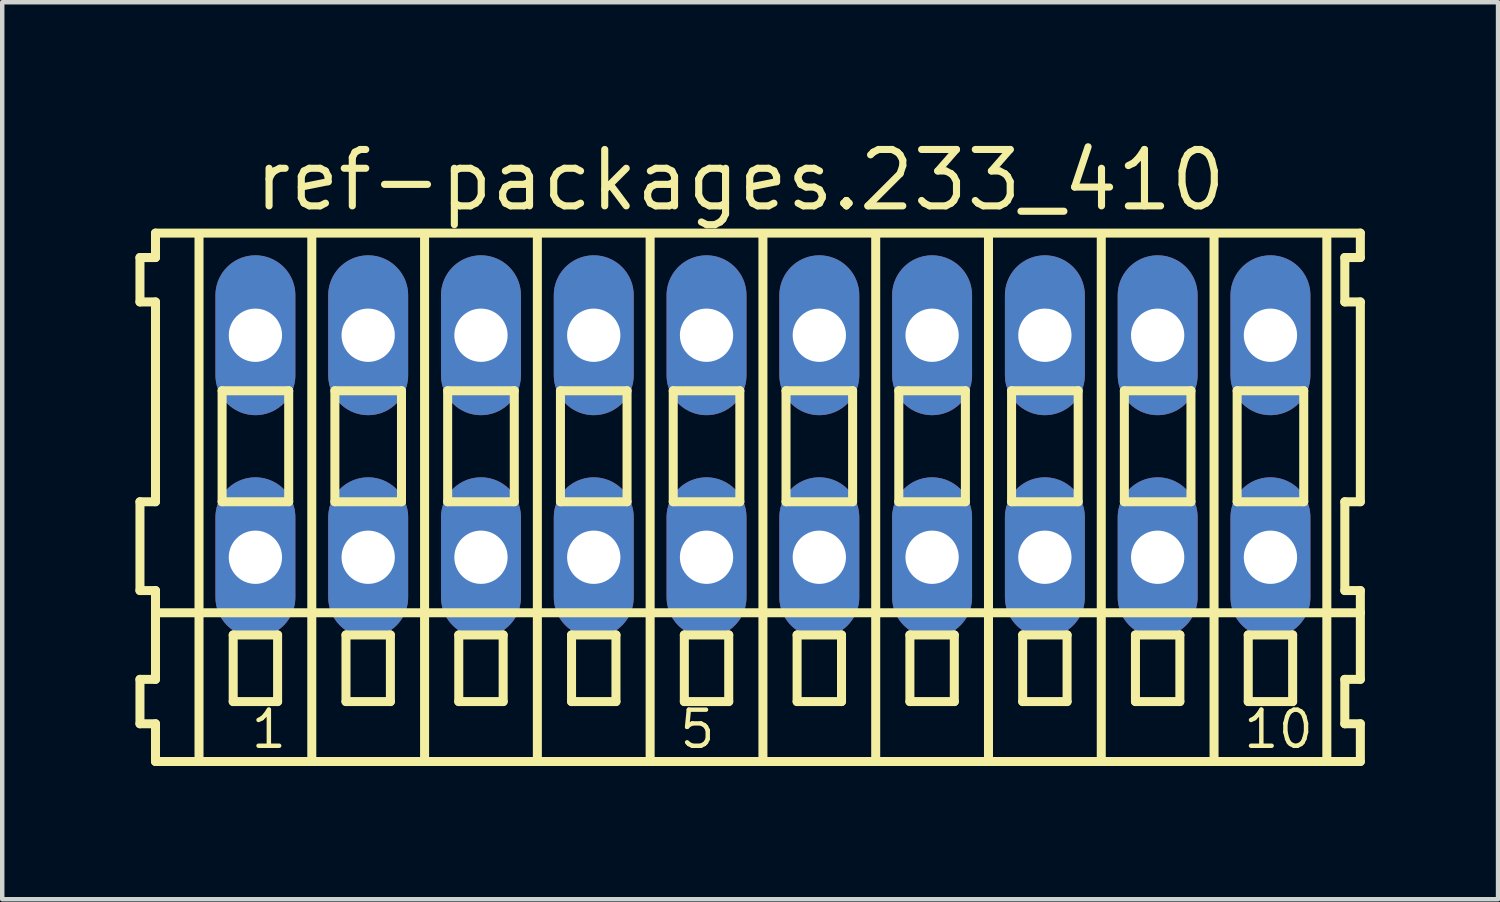
<source format=kicad_pcb>
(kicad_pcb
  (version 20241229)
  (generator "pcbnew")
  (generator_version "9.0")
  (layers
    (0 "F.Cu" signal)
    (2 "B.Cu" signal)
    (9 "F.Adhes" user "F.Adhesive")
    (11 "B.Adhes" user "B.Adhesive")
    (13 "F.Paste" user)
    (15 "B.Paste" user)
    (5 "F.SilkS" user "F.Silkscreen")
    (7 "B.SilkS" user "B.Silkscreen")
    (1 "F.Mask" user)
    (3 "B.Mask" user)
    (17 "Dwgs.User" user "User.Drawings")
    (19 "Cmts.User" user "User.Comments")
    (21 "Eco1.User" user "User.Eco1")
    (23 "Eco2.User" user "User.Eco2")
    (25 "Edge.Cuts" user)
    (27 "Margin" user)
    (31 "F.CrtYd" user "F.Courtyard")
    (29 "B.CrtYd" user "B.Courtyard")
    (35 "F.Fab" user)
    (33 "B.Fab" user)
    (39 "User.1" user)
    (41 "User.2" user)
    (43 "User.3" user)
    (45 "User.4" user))
  (footprint "ref-packages.233_410"
    (layer "F.Cu")
    (at 14.132 7)
    (property "Reference" "ref-packages.233_410" (at -11.53 -5.25 0) (layer "F.SilkS") (effects (font (size 1.27 1.27) (thickness 0.16)) (justify left bottom)))
    (attr through_hole)
    (fp_line (start -14.03 -4.25) (end -14.03 -3.25) (stroke (width 0.203) (type default)) (layer "F.SilkS"))
    (fp_line (start -14.03 -3.25) (end -13.68 -3.25) (stroke (width 0.203) (type default)) (layer "F.SilkS"))
    (fp_line (start -14.03 1.25) (end -14.03 3.25) (stroke (width 0.203) (type default)) (layer "F.SilkS"))
    (fp_line (start -14.03 3.25) (end -13.68 3.25) (stroke (width 0.203) (type default)) (layer "F.SilkS"))
    (fp_line (start -14.03 5.25) (end -14.03 6.25) (stroke (width 0.203) (type default)) (layer "F.SilkS"))
    (fp_line (start -14.03 6.25) (end -13.68 6.25) (stroke (width 0.203) (type default)) (layer "F.SilkS"))
    (fp_line (start -13.68 -4.8) (end -13.68 -4.25) (stroke (width 0.203) (type default)) (layer "F.SilkS"))
    (fp_line (start -13.68 -4.25) (end -14.03 -4.25) (stroke (width 0.203) (type default)) (layer "F.SilkS"))
    (fp_line (start -13.68 -3.25) (end -13.68 1.25) (stroke (width 0.203) (type default)) (layer "F.SilkS"))
    (fp_line (start -13.68 1.25) (end -14.03 1.25) (stroke (width 0.203) (type default)) (layer "F.SilkS"))
    (fp_line (start -13.68 3.25) (end -13.68 5.25) (stroke (width 0.203) (type default)) (layer "F.SilkS"))
    (fp_line (start -13.68 3.75) (end 13.455 3.75) (stroke (width 0.203) (type default)) (layer "F.SilkS"))
    (fp_line (start -13.68 5.25) (end -14.03 5.25) (stroke (width 0.203) (type default)) (layer "F.SilkS"))
    (fp_line (start -13.68 6.25) (end -13.68 7.1) (stroke (width 0.203) (type default)) (layer "F.SilkS"))
    (fp_line (start -13.68 7.1) (end 13.455 7.1) (stroke (width 0.203) (type default)) (layer "F.SilkS"))
    (fp_line (start -12.7 6.985) (end -12.7 -4.699) (stroke (width 0.203) (type default)) (layer "F.SilkS"))
    (fp_line (start -12.18 -1.25) (end -12.18 1.25) (stroke (width 0.203) (type default)) (layer "F.SilkS"))
    (fp_line (start -12.18 1.25) (end -10.68 1.25) (stroke (width 0.203) (type default)) (layer "F.SilkS"))
    (fp_line (start -11.93 4.25) (end -11.93 5.75) (stroke (width 0.203) (type default)) (layer "F.SilkS"))
    (fp_line (start -11.93 5.75) (end -10.93 5.75) (stroke (width 0.203) (type default)) (layer "F.SilkS"))
    (fp_line (start -10.93 4.25) (end -11.93 4.25) (stroke (width 0.203) (type default)) (layer "F.SilkS"))
    (fp_line (start -10.93 5.75) (end -10.93 4.25) (stroke (width 0.203) (type default)) (layer "F.SilkS"))
    (fp_line (start -10.68 -1.25) (end -12.18 -1.25) (stroke (width 0.203) (type default)) (layer "F.SilkS"))
    (fp_line (start -10.68 1.25) (end -10.68 -1.25) (stroke (width 0.203) (type default)) (layer "F.SilkS"))
    (fp_line (start -10.16 6.985) (end -10.16 -4.699) (stroke (width 0.203) (type default)) (layer "F.SilkS"))
    (fp_line (start -9.64 -1.25) (end -9.64 1.25) (stroke (width 0.203) (type default)) (layer "F.SilkS"))
    (fp_line (start -9.64 1.25) (end -8.14 1.25) (stroke (width 0.203) (type default)) (layer "F.SilkS"))
    (fp_line (start -9.39 4.25) (end -9.39 5.75) (stroke (width 0.203) (type default)) (layer "F.SilkS"))
    (fp_line (start -9.39 5.75) (end -8.39 5.75) (stroke (width 0.203) (type default)) (layer "F.SilkS"))
    (fp_line (start -8.39 4.25) (end -9.39 4.25) (stroke (width 0.203) (type default)) (layer "F.SilkS"))
    (fp_line (start -8.39 5.75) (end -8.39 4.25) (stroke (width 0.203) (type default)) (layer "F.SilkS"))
    (fp_line (start -8.14 -1.25) (end -9.64 -1.25) (stroke (width 0.203) (type default)) (layer "F.SilkS"))
    (fp_line (start -8.14 1.25) (end -8.14 -1.25) (stroke (width 0.203) (type default)) (layer "F.SilkS"))
    (fp_line (start -7.62 6.985) (end -7.62 -4.699) (stroke (width 0.203) (type default)) (layer "F.SilkS"))
    (fp_line (start -7.1 -1.25) (end -7.1 1.25) (stroke (width 0.203) (type default)) (layer "F.SilkS"))
    (fp_line (start -7.1 1.25) (end -5.6 1.25) (stroke (width 0.203) (type default)) (layer "F.SilkS"))
    (fp_line (start -6.85 4.25) (end -6.85 5.75) (stroke (width 0.203) (type default)) (layer "F.SilkS"))
    (fp_line (start -6.85 5.75) (end -5.85 5.75) (stroke (width 0.203) (type default)) (layer "F.SilkS"))
    (fp_line (start -5.85 4.25) (end -6.85 4.25) (stroke (width 0.203) (type default)) (layer "F.SilkS"))
    (fp_line (start -5.85 5.75) (end -5.85 4.25) (stroke (width 0.203) (type default)) (layer "F.SilkS"))
    (fp_line (start -5.6 -1.25) (end -7.1 -1.25) (stroke (width 0.203) (type default)) (layer "F.SilkS"))
    (fp_line (start -5.6 1.25) (end -5.6 -1.25) (stroke (width 0.203) (type default)) (layer "F.SilkS"))
    (fp_line (start -5.08 6.985) (end -5.08 -4.699) (stroke (width 0.203) (type default)) (layer "F.SilkS"))
    (fp_line (start -4.56 -1.25) (end -4.56 1.25) (stroke (width 0.203) (type default)) (layer "F.SilkS"))
    (fp_line (start -4.56 1.25) (end -3.06 1.25) (stroke (width 0.203) (type default)) (layer "F.SilkS"))
    (fp_line (start -4.31 4.25) (end -4.31 5.75) (stroke (width 0.203) (type default)) (layer "F.SilkS"))
    (fp_line (start -4.31 5.75) (end -3.31 5.75) (stroke (width 0.203) (type default)) (layer "F.SilkS"))
    (fp_line (start -3.31 4.25) (end -4.31 4.25) (stroke (width 0.203) (type default)) (layer "F.SilkS"))
    (fp_line (start -3.31 5.75) (end -3.31 4.25) (stroke (width 0.203) (type default)) (layer "F.SilkS"))
    (fp_line (start -3.06 -1.25) (end -4.56 -1.25) (stroke (width 0.203) (type default)) (layer "F.SilkS"))
    (fp_line (start -3.06 1.25) (end -3.06 -1.25) (stroke (width 0.203) (type default)) (layer "F.SilkS"))
    (fp_line (start -2.54 6.985) (end -2.54 -4.699) (stroke (width 0.203) (type default)) (layer "F.SilkS"))
    (fp_line (start -2.02 -1.25) (end -2.02 1.25) (stroke (width 0.203) (type default)) (layer "F.SilkS"))
    (fp_line (start -2.02 1.25) (end -0.52 1.25) (stroke (width 0.203) (type default)) (layer "F.SilkS"))
    (fp_line (start -1.77 4.25) (end -1.77 5.75) (stroke (width 0.203) (type default)) (layer "F.SilkS"))
    (fp_line (start -1.77 5.75) (end -0.77 5.75) (stroke (width 0.203) (type default)) (layer "F.SilkS"))
    (fp_line (start -0.77 4.25) (end -1.77 4.25) (stroke (width 0.203) (type default)) (layer "F.SilkS"))
    (fp_line (start -0.77 5.75) (end -0.77 4.25) (stroke (width 0.203) (type default)) (layer "F.SilkS"))
    (fp_line (start -0.52 -1.25) (end -2.02 -1.25) (stroke (width 0.203) (type default)) (layer "F.SilkS"))
    (fp_line (start -0.52 1.25) (end -0.52 -1.25) (stroke (width 0.203) (type default)) (layer "F.SilkS"))
    (fp_line (start 0 6.985) (end 0 -4.699) (stroke (width 0.203) (type default)) (layer "F.SilkS"))
    (fp_line (start 0.52 -1.25) (end 0.52 1.25) (stroke (width 0.203) (type default)) (layer "F.SilkS"))
    (fp_line (start 0.52 1.25) (end 2.02 1.25) (stroke (width 0.203) (type default)) (layer "F.SilkS"))
    (fp_line (start 0.77 4.25) (end 0.77 5.75) (stroke (width 0.203) (type default)) (layer "F.SilkS"))
    (fp_line (start 0.77 5.75) (end 1.77 5.75) (stroke (width 0.203) (type default)) (layer "F.SilkS"))
    (fp_line (start 1.77 4.25) (end 0.77 4.25) (stroke (width 0.203) (type default)) (layer "F.SilkS"))
    (fp_line (start 1.77 5.75) (end 1.77 4.25) (stroke (width 0.203) (type default)) (layer "F.SilkS"))
    (fp_line (start 2.02 -1.25) (end 0.52 -1.25) (stroke (width 0.203) (type default)) (layer "F.SilkS"))
    (fp_line (start 2.02 1.25) (end 2.02 -1.25) (stroke (width 0.203) (type default)) (layer "F.SilkS"))
    (fp_line (start 2.54 6.985) (end 2.54 -4.699) (stroke (width 0.203) (type default)) (layer "F.SilkS"))
    (fp_line (start 3.06 -1.25) (end 3.06 1.25) (stroke (width 0.203) (type default)) (layer "F.SilkS"))
    (fp_line (start 3.06 1.25) (end 4.56 1.25) (stroke (width 0.203) (type default)) (layer "F.SilkS"))
    (fp_line (start 3.31 4.25) (end 3.31 5.75) (stroke (width 0.203) (type default)) (layer "F.SilkS"))
    (fp_line (start 3.31 5.75) (end 4.31 5.75) (stroke (width 0.203) (type default)) (layer "F.SilkS"))
    (fp_line (start 4.31 4.25) (end 3.31 4.25) (stroke (width 0.203) (type default)) (layer "F.SilkS"))
    (fp_line (start 4.31 5.75) (end 4.31 4.25) (stroke (width 0.203) (type default)) (layer "F.SilkS"))
    (fp_line (start 4.56 -1.25) (end 3.06 -1.25) (stroke (width 0.203) (type default)) (layer "F.SilkS"))
    (fp_line (start 4.56 1.25) (end 4.56 -1.25) (stroke (width 0.203) (type default)) (layer "F.SilkS"))
    (fp_line (start 5.08 6.985) (end 5.08 -4.699) (stroke (width 0.203) (type default)) (layer "F.SilkS"))
    (fp_line (start 5.6 -1.25) (end 5.6 1.25) (stroke (width 0.203) (type default)) (layer "F.SilkS"))
    (fp_line (start 5.6 1.25) (end 7.1 1.25) (stroke (width 0.203) (type default)) (layer "F.SilkS"))
    (fp_line (start 5.85 4.25) (end 5.85 5.75) (stroke (width 0.203) (type default)) (layer "F.SilkS"))
    (fp_line (start 5.85 5.75) (end 6.85 5.75) (stroke (width 0.203) (type default)) (layer "F.SilkS"))
    (fp_line (start 6.85 4.25) (end 5.85 4.25) (stroke (width 0.203) (type default)) (layer "F.SilkS"))
    (fp_line (start 6.85 5.75) (end 6.85 4.25) (stroke (width 0.203) (type default)) (layer "F.SilkS"))
    (fp_line (start 7.1 -1.25) (end 5.6 -1.25) (stroke (width 0.203) (type default)) (layer "F.SilkS"))
    (fp_line (start 7.1 1.25) (end 7.1 -1.25) (stroke (width 0.203) (type default)) (layer "F.SilkS"))
    (fp_line (start 7.62 6.985) (end 7.62 -4.699) (stroke (width 0.203) (type default)) (layer "F.SilkS"))
    (fp_line (start 8.14 -1.25) (end 8.14 1.25) (stroke (width 0.203) (type default)) (layer "F.SilkS"))
    (fp_line (start 8.14 1.25) (end 9.64 1.25) (stroke (width 0.203) (type default)) (layer "F.SilkS"))
    (fp_line (start 8.39 4.25) (end 8.39 5.75) (stroke (width 0.203) (type default)) (layer "F.SilkS"))
    (fp_line (start 8.39 5.75) (end 9.39 5.75) (stroke (width 0.203) (type default)) (layer "F.SilkS"))
    (fp_line (start 9.39 4.25) (end 8.39 4.25) (stroke (width 0.203) (type default)) (layer "F.SilkS"))
    (fp_line (start 9.39 5.75) (end 9.39 4.25) (stroke (width 0.203) (type default)) (layer "F.SilkS"))
    (fp_line (start 9.64 -1.25) (end 8.14 -1.25) (stroke (width 0.203) (type default)) (layer "F.SilkS"))
    (fp_line (start 9.64 1.25) (end 9.64 -1.25) (stroke (width 0.203) (type default)) (layer "F.SilkS"))
    (fp_line (start 10.16 6.985) (end 10.16 -4.699) (stroke (width 0.203) (type default)) (layer "F.SilkS"))
    (fp_line (start 10.68 -1.25) (end 10.68 1.25) (stroke (width 0.203) (type default)) (layer "F.SilkS"))
    (fp_line (start 10.68 1.25) (end 12.18 1.25) (stroke (width 0.203) (type default)) (layer "F.SilkS"))
    (fp_line (start 10.93 4.25) (end 10.93 5.75) (stroke (width 0.203) (type default)) (layer "F.SilkS"))
    (fp_line (start 10.93 5.75) (end 11.93 5.75) (stroke (width 0.203) (type default)) (layer "F.SilkS"))
    (fp_line (start 11.93 4.25) (end 10.93 4.25) (stroke (width 0.203) (type default)) (layer "F.SilkS"))
    (fp_line (start 11.93 5.75) (end 11.93 4.25) (stroke (width 0.203) (type default)) (layer "F.SilkS"))
    (fp_line (start 12.18 -1.25) (end 10.68 -1.25) (stroke (width 0.203) (type default)) (layer "F.SilkS"))
    (fp_line (start 12.18 1.25) (end 12.18 -1.25) (stroke (width 0.203) (type default)) (layer "F.SilkS"))
    (fp_line (start 12.7 6.985) (end 12.7 -4.699) (stroke (width 0.203) (type default)) (layer "F.SilkS"))
    (fp_line (start 13.105 -4.25) (end 13.105 -3.25) (stroke (width 0.203) (type default)) (layer "F.SilkS"))
    (fp_line (start 13.105 -3.25) (end 13.455 -3.25) (stroke (width 0.203) (type default)) (layer "F.SilkS"))
    (fp_line (start 13.105 1.25) (end 13.105 3.25) (stroke (width 0.203) (type default)) (layer "F.SilkS"))
    (fp_line (start 13.105 3.25) (end 13.455 3.25) (stroke (width 0.203) (type default)) (layer "F.SilkS"))
    (fp_line (start 13.105 5.25) (end 13.105 6.25) (stroke (width 0.203) (type default)) (layer "F.SilkS"))
    (fp_line (start 13.105 6.25) (end 13.455 6.25) (stroke (width 0.203) (type default)) (layer "F.SilkS"))
    (fp_line (start 13.455 -4.8) (end -13.68 -4.8) (stroke (width 0.203) (type default)) (layer "F.SilkS"))
    (fp_line (start 13.455 -4.25) (end 13.105 -4.25) (stroke (width 0.203) (type default)) (layer "F.SilkS"))
    (fp_line (start 13.455 -4.25) (end 13.455 -4.8) (stroke (width 0.203) (type default)) (layer "F.SilkS"))
    (fp_line (start 13.455 1.25) (end 13.105 1.25) (stroke (width 0.203) (type default)) (layer "F.SilkS"))
    (fp_line (start 13.455 1.25) (end 13.455 -3.25) (stroke (width 0.203) (type default)) (layer "F.SilkS"))
    (fp_line (start 13.455 3.75) (end 13.455 3.25) (stroke (width 0.203) (type default)) (layer "F.SilkS"))
    (fp_line (start 13.455 5.25) (end 13.105 5.25) (stroke (width 0.203) (type default)) (layer "F.SilkS"))
    (fp_line (start 13.455 5.25) (end 13.455 3.75) (stroke (width 0.203) (type default)) (layer "F.SilkS"))
    (fp_line (start 13.455 7.1) (end 13.455 6.25) (stroke (width 0.203) (type default)) (layer "F.SilkS"))
    (fp_text user "5" (at -1.928 6.85 0) (layer "F.SilkS") (effects (font (size 0.813 0.813) (thickness 0.1)) (justify left bottom)))
    (fp_text user "10" (at 10.772 6.85 0) (layer "F.SilkS") (effects (font (size 0.813 0.813) (thickness 0.1)) (justify left bottom)))
    (fp_text user "1" (at -11.58 6.85 0) (layer "F.SilkS") (effects (font (size 0.813 0.813) (thickness 0.1)) (justify left bottom)))
    (pad "A1" thru_hole oval (at -11.43 -2.5 90) (size 3.6 1.8) (drill 1.2) (layers "*.Cu" "*.Mask"))
    (pad "A2" thru_hole oval (at -8.89 -2.5 90) (size 3.6 1.8) (drill 1.2) (layers "*.Cu" "*.Mask"))
    (pad "A3" thru_hole oval (at -6.35 -2.5 90) (size 3.6 1.8) (drill 1.2) (layers "*.Cu" "*.Mask"))
    (pad "A4" thru_hole oval (at -3.81 -2.5 90) (size 3.6 1.8) (drill 1.2) (layers "*.Cu" "*.Mask"))
    (pad "A5" thru_hole oval (at -1.27 -2.5 90) (size 3.6 1.8) (drill 1.2) (layers "*.Cu" "*.Mask"))
    (pad "A6" thru_hole oval (at 1.27 -2.5 90) (size 3.6 1.8) (drill 1.2) (layers "*.Cu" "*.Mask"))
    (pad "A7" thru_hole oval (at 3.81 -2.5 90) (size 3.6 1.8) (drill 1.2) (layers "*.Cu" "*.Mask"))
    (pad "A8" thru_hole oval (at 6.35 -2.5 90) (size 3.6 1.8) (drill 1.2) (layers "*.Cu" "*.Mask"))
    (pad "A9" thru_hole oval (at 8.89 -2.5 90) (size 3.6 1.8) (drill 1.2) (layers "*.Cu" "*.Mask"))
    (pad "A10" thru_hole oval (at 11.43 -2.5 90) (size 3.6 1.8) (drill 1.2) (layers "*.Cu" "*.Mask"))
    (pad "B1" thru_hole oval (at -11.43 2.5 90) (size 3.6 1.8) (drill 1.2) (layers "*.Cu" "*.Mask"))
    (pad "B2" thru_hole oval (at -8.89 2.5 90) (size 3.6 1.8) (drill 1.2) (layers "*.Cu" "*.Mask"))
    (pad "B3" thru_hole oval (at -6.35 2.5 90) (size 3.6 1.8) (drill 1.2) (layers "*.Cu" "*.Mask"))
    (pad "B4" thru_hole oval (at -3.81 2.5 90) (size 3.6 1.8) (drill 1.2) (layers "*.Cu" "*.Mask"))
    (pad "B5" thru_hole oval (at -1.27 2.5 90) (size 3.6 1.8) (drill 1.2) (layers "*.Cu" "*.Mask"))
    (pad "B6" thru_hole oval (at 1.27 2.5 90) (size 3.6 1.8) (drill 1.2) (layers "*.Cu" "*.Mask"))
    (pad "B7" thru_hole oval (at 3.81 2.5 90) (size 3.6 1.8) (drill 1.2) (layers "*.Cu" "*.Mask"))
    (pad "B8" thru_hole oval (at 6.35 2.5 90) (size 3.6 1.8) (drill 1.2) (layers "*.Cu" "*.Mask"))
    (pad "B9" thru_hole oval (at 8.89 2.5 90) (size 3.6 1.8) (drill 1.2) (layers "*.Cu" "*.Mask"))
    (pad "B10" thru_hole oval (at 11.43 2.5 90) (size 3.6 1.8) (drill 1.2) (layers "*.Cu" "*.Mask")))
  (gr_rect
    (start -3 -3)
    (end 30.688 17.202)
    (stroke (width 0.1) (type default))
    (fill no)
    (layer "Edge.Cuts")))
</source>
